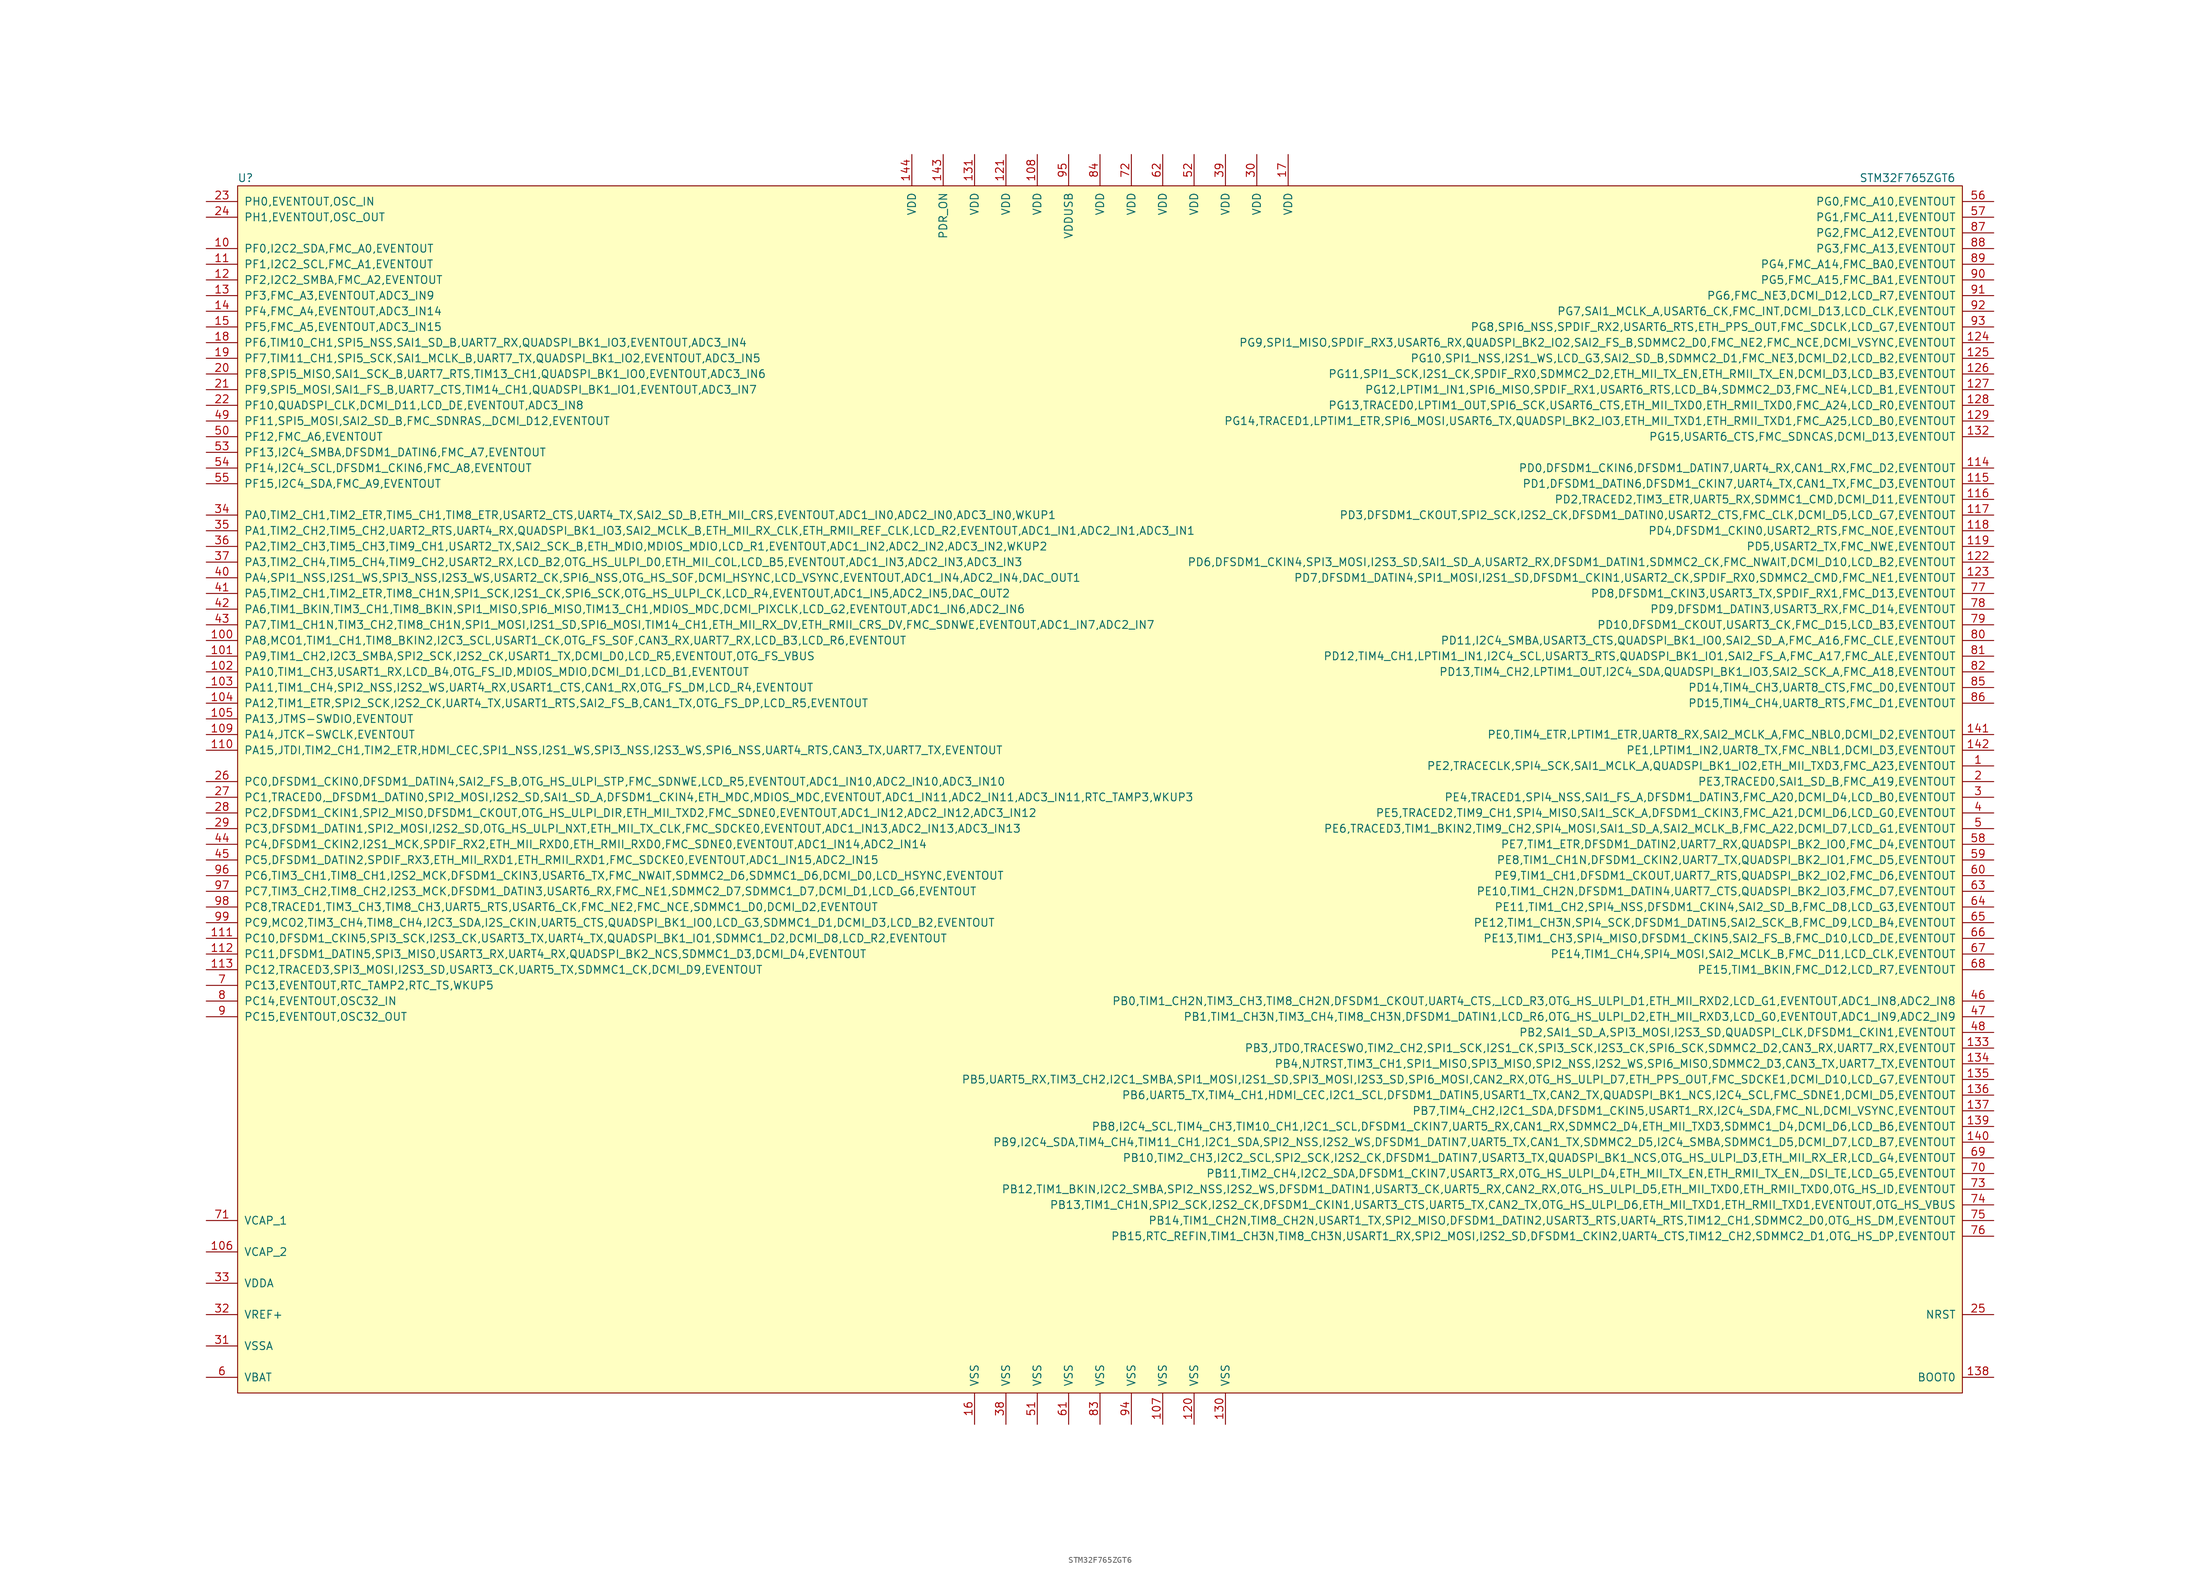
<source format=kicad_sym>
(kicad_symbol_lib
  (version 20220914)
  (generator kicad_symbol_editor)
  (symbol "STM32F765ZGT6"
    (pin_names
      (offset 1.016))
    (property "Reference" "U"
      (at -138.43 99.06 0)
      (effects (font (size 1.27 1.27))))
    (property "Value" "STM32F765ZGT6"
      (at 130.81 99.06 0)
      (effects (font (size 1.27 1.27))))
    (symbol "STM32F765ZGT6_0_0"
      (pin bidirectional line (at 144.78 3.81 180) (length 5.08) (name "PE2,TRACECLK,SPI4_SCK,SAI1_MCLK_A,QUADSPI_BK1_IO2,ETH_MII_TXD3,FMC_A23,EVENTOUT" (effects (font (size 1.27 1.27)))) (number "1" (effects (font (size 1.27 1.27)))))
      (pin bidirectional line (at -144.78 87.63 0) (length 5.08) (name "PF0,I2C2_SDA,FMC_A0,EVENTOUT" (effects (font (size 1.27 1.27)))) (number "10" (effects (font (size 1.27 1.27)))))
      (pin bidirectional line (at -144.78 24.13 0) (length 5.08) (name "PA8,MCO1,TIM1_CH1,TIM8_BKIN2,I2C3_SCL,USART1_CK,OTG_FS_SOF,CAN3_RX,UART7_RX,LCD_B3,LCD_R6,EVENTOUT" (effects (font (size 1.27 1.27)))) (number "100" (effects (font (size 1.27 1.27)))))
      (pin bidirectional line (at -144.78 21.59 0) (length 5.08) (name "PA9,TIM1_CH2,I2C3_SMBA,SPI2_SCK,I2S2_CK,USART1_TX,DCMI_D0,LCD_R5,EVENTOUT,OTG_FS_VBUS" (effects (font (size 1.27 1.27)))) (number "101" (effects (font (size 1.27 1.27)))))
      (pin bidirectional line (at -144.78 19.05 0) (length 5.08) (name "PA10,TIM1_CH3,USART1_RX,LCD_B4,OTG_FS_ID,MDIOS_MDIO,DCMI_D1,LCD_B1,EVENTOUT" (effects (font (size 1.27 1.27)))) (number "102" (effects (font (size 1.27 1.27)))))
      (pin bidirectional line (at -144.78 16.51 0) (length 5.08) (name "PA11,TIM1_CH4,SPI2_NSS,I2S2_WS,UART4_RX,USART1_CTS,CAN1_RX,OTG_FS_DM,LCD_R4,EVENTOUT" (effects (font (size 1.27 1.27)))) (number "103" (effects (font (size 1.27 1.27)))))
      (pin bidirectional line (at -144.78 13.97 0) (length 5.08) (name "PA12,TIM1_ETR,SPI2_SCK,I2S2_CK,UART4_TX,USART1_RTS,SAI2_FS_B,CAN1_TX,OTG_FS_DP,LCD_R5,EVENTOUT" (effects (font (size 1.27 1.27)))) (number "104" (effects (font (size 1.27 1.27)))))
      (pin bidirectional line (at -144.78 11.43 0) (length 5.08) (name "PA13,JTMS-SWDIO,EVENTOUT" (effects (font (size 1.27 1.27)))) (number "105" (effects (font (size 1.27 1.27)))))
      (pin passive line (at -144.78 -74.93 0) (length 5.08) (name "VCAP_2" (effects (font (size 1.27 1.27)))) (number "106" (effects (font (size 1.27 1.27)))))
      (pin passive line (at 10.16 -102.87 90) (length 5.08) (name "VSS" (effects (font (size 1.27 1.27)))) (number "107" (effects (font (size 1.27 1.27)))))
      (pin power_in line (at -10.16 102.87 270) (length 5.08) (name "VDD" (effects (font (size 1.27 1.27)))) (number "108" (effects (font (size 1.27 1.27)))))
      (pin bidirectional line (at -144.78 8.89 0) (length 5.08) (name "PA14,JTCK-SWCLK,EVENTOUT" (effects (font (size 1.27 1.27)))) (number "109" (effects (font (size 1.27 1.27)))))
      (pin bidirectional line (at -144.78 85.09 0) (length 5.08) (name "PF1,I2C2_SCL,FMC_A1,EVENTOUT" (effects (font (size 1.27 1.27)))) (number "11" (effects (font (size 1.27 1.27)))))
      (pin bidirectional line (at -144.78 6.35 0) (length 5.08) (name "PA15,JTDI,TIM2_CH1,TIM2_ETR,HDMI_CEC,SPI1_NSS,I2S1_WS,SPI3_NSS,I2S3_WS,SPI6_NSS,UART4_RTS,CAN3_TX,UART7_TX,EVENTOUT" (effects (font (size 1.27 1.27)))) (number "110" (effects (font (size 1.27 1.27)))))
      (pin bidirectional line (at -144.78 -24.13 0) (length 5.08) (name "PC10,DFSDM1_CKIN5,SPI3_SCK,I2S3_CK,USART3_TX,UART4_TX,QUADSPI_BK1_IO1,SDMMC1_D2,DCMI_D8,LCD_R2,EVENTOUT" (effects (font (size 1.27 1.27)))) (number "111" (effects (font (size 1.27 1.27)))))
      (pin bidirectional line (at -144.78 -26.67 0) (length 5.08) (name "PC11,DFSDM1_DATIN5,SPI3_MISO,USART3_RX,UART4_RX,QUADSPI_BK2_NCS,SDMMC1_D3,DCMI_D4,EVENTOUT" (effects (font (size 1.27 1.27)))) (number "112" (effects (font (size 1.27 1.27)))))
      (pin bidirectional line (at -144.78 -29.21 0) (length 5.08) (name "PC12,TRACED3,SPI3_MOSI,I2S3_SD,USART3_CK,UART5_TX,SDMMC1_CK,DCMI_D9,EVENTOUT" (effects (font (size 1.27 1.27)))) (number "113" (effects (font (size 1.27 1.27)))))
      (pin bidirectional line (at 144.78 52.07 180) (length 5.08) (name "PD0,DFSDM1_CKIN6,DFSDM1_DATIN7,UART4_RX,CAN1_RX,FMC_D2,EVENTOUT" (effects (font (size 1.27 1.27)))) (number "114" (effects (font (size 1.27 1.27)))))
      (pin bidirectional line (at 144.78 49.53 180) (length 5.08) (name "PD1,DFSDM1_DATIN6,DFSDM1_CKIN7,UART4_TX,CAN1_TX,FMC_D3,EVENTOUT" (effects (font (size 1.27 1.27)))) (number "115" (effects (font (size 1.27 1.27)))))
      (pin bidirectional line (at 144.78 46.99 180) (length 5.08) (name "PD2,TRACED2,TIM3_ETR,UART5_RX,SDMMC1_CMD,DCMI_D11,EVENTOUT" (effects (font (size 1.27 1.27)))) (number "116" (effects (font (size 1.27 1.27)))))
      (pin bidirectional line (at 144.78 44.45 180) (length 5.08) (name "PD3,DFSDM1_CKOUT,SPI2_SCK,I2S2_CK,DFSDM1_DATIN0,USART2_CTS,FMC_CLK,DCMI_D5,LCD_G7,EVENTOUT" (effects (font (size 1.27 1.27)))) (number "117" (effects (font (size 1.27 1.27)))))
      (pin bidirectional line (at 144.78 41.91 180) (length 5.08) (name "PD4,DFSDM1_CKIN0,USART2_RTS,FMC_NOE,EVENTOUT" (effects (font (size 1.27 1.27)))) (number "118" (effects (font (size 1.27 1.27)))))
      (pin bidirectional line (at 144.78 39.37 180) (length 5.08) (name "PD5,USART2_TX,FMC_NWE,EVENTOUT" (effects (font (size 1.27 1.27)))) (number "119" (effects (font (size 1.27 1.27)))))
      (pin bidirectional line (at -144.78 82.55 0) (length 5.08) (name "PF2,I2C2_SMBA,FMC_A2,EVENTOUT" (effects (font (size 1.27 1.27)))) (number "12" (effects (font (size 1.27 1.27)))))
      (pin passive line (at 15.24 -102.87 90) (length 5.08) (name "VSS" (effects (font (size 1.27 1.27)))) (number "120" (effects (font (size 1.27 1.27)))))
      (pin power_in line (at -15.24 102.87 270) (length 5.08) (name "VDD" (effects (font (size 1.27 1.27)))) (number "121" (effects (font (size 1.27 1.27)))))
      (pin bidirectional line (at 144.78 36.83 180) (length 5.08) (name "PD6,DFSDM1_CKIN4,SPI3_MOSI,I2S3_SD,SAI1_SD_A,USART2_RX,DFSDM1_DATIN1,SDMMC2_CK,FMC_NWAIT,DCMI_D10,LCD_B2,EVENTOUT" (effects (font (size 1.27 1.27)))) (number "122" (effects (font (size 1.27 1.27)))))
      (pin bidirectional line (at 144.78 34.29 180) (length 5.08) (name "PD7,DFSDM1_DATIN4,SPI1_MOSI,I2S1_SD,DFSDM1_CKIN1,USART2_CK,SPDIF_RX0,SDMMC2_CMD,FMC_NE1,EVENTOUT" (effects (font (size 1.27 1.27)))) (number "123" (effects (font (size 1.27 1.27)))))
      (pin bidirectional line (at 144.78 72.39 180) (length 5.08) (name "PG9,SPI1_MISO,SPDIF_RX3,USART6_RX,QUADSPI_BK2_IO2,SAI2_FS_B,SDMMC2_D0,FMC_NE2,FMC_NCE,DCMI_VSYNC,EVENTOUT" (effects (font (size 1.27 1.27)))) (number "124" (effects (font (size 1.27 1.27)))))
      (pin bidirectional line (at 144.78 69.85 180) (length 5.08) (name "PG10,SPI1_NSS,I2S1_WS,LCD_G3,SAI2_SD_B,SDMMC2_D1,FMC_NE3,DCMI_D2,LCD_B2,EVENTOUT" (effects (font (size 1.27 1.27)))) (number "125" (effects (font (size 1.27 1.27)))))
      (pin bidirectional line (at 144.78 67.31 180) (length 5.08) (name "PG11,SPI1_SCK,I2S1_CK,SPDIF_RX0,SDMMC2_D2,ETH_MII_TX_EN,ETH_RMII_TX_EN,DCMI_D3,LCD_B3,EVENTOUT" (effects (font (size 1.27 1.27)))) (number "126" (effects (font (size 1.27 1.27)))))
      (pin bidirectional line (at 144.78 64.77 180) (length 5.08) (name "PG12,LPTIM1_IN1,SPI6_MISO,SPDIF_RX1,USART6_RTS,LCD_B4,SDMMC2_D3,FMC_NE4,LCD_B1,EVENTOUT" (effects (font (size 1.27 1.27)))) (number "127" (effects (font (size 1.27 1.27)))))
      (pin bidirectional line (at 144.78 62.23 180) (length 5.08) (name "PG13,TRACED0,LPTIM1_OUT,SPI6_SCK,USART6_CTS,ETH_MII_TXD0,ETH_RMII_TXD0,FMC_A24,LCD_R0,EVENTOUT" (effects (font (size 1.27 1.27)))) (number "128" (effects (font (size 1.27 1.27)))))
      (pin bidirectional line (at 144.78 59.69 180) (length 5.08) (name "PG14,TRACED1,LPTIM1_ETR,SPI6_MOSI,USART6_TX,QUADSPI_BK2_IO3,ETH_MII_TXD1,ETH_RMII_TXD1,FMC_A25,LCD_B0,EVENTOUT" (effects (font (size 1.27 1.27)))) (number "129" (effects (font (size 1.27 1.27)))))
      (pin bidirectional line (at -144.78 80.01 0) (length 5.08) (name "PF3,FMC_A3,EVENTOUT,ADC3_IN9" (effects (font (size 1.27 1.27)))) (number "13" (effects (font (size 1.27 1.27)))))
      (pin passive line (at 20.32 -102.87 90) (length 5.08) (name "VSS" (effects (font (size 1.27 1.27)))) (number "130" (effects (font (size 1.27 1.27)))))
      (pin power_in line (at -20.32 102.87 270) (length 5.08) (name "VDD" (effects (font (size 1.27 1.27)))) (number "131" (effects (font (size 1.27 1.27)))))
      (pin bidirectional line (at 144.78 57.15 180) (length 5.08) (name "PG15,USART6_CTS,FMC_SDNCAS,DCMI_D13,EVENTOUT" (effects (font (size 1.27 1.27)))) (number "132" (effects (font (size 1.27 1.27)))))
      (pin bidirectional line (at 144.78 -41.91 180) (length 5.08) (name "PB3,JTDO,TRACESWO,TIM2_CH2,SPI1_SCK,I2S1_CK,SPI3_SCK,I2S3_CK,SPI6_SCK,SDMMC2_D2,CAN3_RX,UART7_RX,EVENTOUT" (effects (font (size 1.27 1.27)))) (number "133" (effects (font (size 1.27 1.27)))))
      (pin bidirectional line (at 144.78 -44.45 180) (length 5.08) (name "PB4,NJTRST,TIM3_CH1,SPI1_MISO,SPI3_MISO,SPI2_NSS,I2S2_WS,SPI6_MISO,SDMMC2_D3,CAN3_TX,UART7_TX,EVENTOUT" (effects (font (size 1.27 1.27)))) (number "134" (effects (font (size 1.27 1.27)))))
      (pin bidirectional line (at 144.78 -46.99 180) (length 5.08) (name "PB5,UART5_RX,TIM3_CH2,I2C1_SMBA,SPI1_MOSI,I2S1_SD,SPI3_MOSI,I2S3_SD,SPI6_MOSI,CAN2_RX,OTG_HS_ULPI_D7,ETH_PPS_OUT,FMC_SDCKE1,DCMI_D10,LCD_G7,EVENTOUT" (effects (font (size 1.27 1.27)))) (number "135" (effects (font (size 1.27 1.27)))))
      (pin bidirectional line (at 144.78 -49.53 180) (length 5.08) (name "PB6,UART5_TX,TIM4_CH1,HDMI_CEC,I2C1_SCL,DFSDM1_DATIN5,USART1_TX,CAN2_TX,QUADSPI_BK1_NCS,I2C4_SCL,FMC_SDNE1,DCMI_D5,EVENTOUT" (effects (font (size 1.27 1.27)))) (number "136" (effects (font (size 1.27 1.27)))))
      (pin bidirectional line (at 144.78 -52.07 180) (length 5.08) (name "PB7,TIM4_CH2,I2C1_SDA,DFSDM1_CKIN5,USART1_RX,I2C4_SDA,FMC_NL,DCMI_VSYNC,EVENTOUT" (effects (font (size 1.27 1.27)))) (number "137" (effects (font (size 1.27 1.27)))))
      (pin input line (at 144.78 -95.25 180) (length 5.08) (name "BOOT0" (effects (font (size 1.27 1.27)))) (number "138" (effects (font (size 1.27 1.27)))))
      (pin bidirectional line (at 144.78 -54.61 180) (length 5.08) (name "PB8,I2C4_SCL,TIM4_CH3,TIM10_CH1,I2C1_SCL,DFSDM1_CKIN7,UART5_RX,CAN1_RX,SDMMC2_D4,ETH_MII_TXD3,SDMMC1_D4,DCMI_D6,LCD_B6,EVENTOUT" (effects (font (size 1.27 1.27)))) (number "139" (effects (font (size 1.27 1.27)))))
      (pin bidirectional line (at -144.78 77.47 0) (length 5.08) (name "PF4,FMC_A4,EVENTOUT,ADC3_IN14" (effects (font (size 1.27 1.27)))) (number "14" (effects (font (size 1.27 1.27)))))
      (pin bidirectional line (at 144.78 -57.15 180) (length 5.08) (name "PB9,I2C4_SDA,TIM4_CH4,TIM11_CH1,I2C1_SDA,SPI2_NSS,I2S2_WS,DFSDM1_DATIN7,UART5_TX,CAN1_TX,SDMMC2_D5,I2C4_SMBA,SDMMC1_D5,DCMI_D7,LCD_B7,EVENTOUT" (effects (font (size 1.27 1.27)))) (number "140" (effects (font (size 1.27 1.27)))))
      (pin bidirectional line (at 144.78 8.89 180) (length 5.08) (name "PE0,TIM4_ETR,LPTIM1_ETR,UART8_RX,SAI2_MCLK_A,FMC_NBL0,DCMI_D2,EVENTOUT" (effects (font (size 1.27 1.27)))) (number "141" (effects (font (size 1.27 1.27)))))
      (pin bidirectional line (at 144.78 6.35 180) (length 5.08) (name "PE1,LPTIM1_IN2,UART8_TX,FMC_NBL1,DCMI_D3,EVENTOUT" (effects (font (size 1.27 1.27)))) (number "142" (effects (font (size 1.27 1.27)))))
      (pin passive line (at -25.4 102.87 270) (length 5.08) (name "PDR_ON" (effects (font (size 1.27 1.27)))) (number "143" (effects (font (size 1.27 1.27)))))
      (pin power_in line (at -30.48 102.87 270) (length 5.08) (name "VDD" (effects (font (size 1.27 1.27)))) (number "144" (effects (font (size 1.27 1.27)))))
      (pin bidirectional line (at -144.78 74.93 0) (length 5.08) (name "PF5,FMC_A5,EVENTOUT,ADC3_IN15" (effects (font (size 1.27 1.27)))) (number "15" (effects (font (size 1.27 1.27)))))
      (pin passive line (at -20.32 -102.87 90) (length 5.08) (name "VSS" (effects (font (size 1.27 1.27)))) (number "16" (effects (font (size 1.27 1.27)))))
      (pin power_in line (at 30.48 102.87 270) (length 5.08) (name "VDD" (effects (font (size 1.27 1.27)))) (number "17" (effects (font (size 1.27 1.27)))))
      (pin bidirectional line (at -144.78 72.39 0) (length 5.08) (name "PF6,TIM10_CH1,SPI5_NSS,SAI1_SD_B,UART7_RX,QUADSPI_BK1_IO3,EVENTOUT,ADC3_IN4" (effects (font (size 1.27 1.27)))) (number "18" (effects (font (size 1.27 1.27)))))
      (pin bidirectional line (at -144.78 69.85 0) (length 5.08) (name "PF7,TIM11_CH1,SPI5_SCK,SAI1_MCLK_B,UART7_TX,QUADSPI_BK1_IO2,EVENTOUT,ADC3_IN5" (effects (font (size 1.27 1.27)))) (number "19" (effects (font (size 1.27 1.27)))))
      (pin bidirectional line (at 144.78 1.27 180) (length 5.08) (name "PE3,TRACED0,SAI1_SD_B,FMC_A19,EVENTOUT" (effects (font (size 1.27 1.27)))) (number "2" (effects (font (size 1.27 1.27)))))
      (pin bidirectional line (at -144.78 67.31 0) (length 5.08) (name "PF8,SPI5_MISO,SAI1_SCK_B,UART7_RTS,TIM13_CH1,QUADSPI_BK1_IO0,EVENTOUT,ADC3_IN6" (effects (font (size 1.27 1.27)))) (number "20" (effects (font (size 1.27 1.27)))))
      (pin bidirectional line (at -144.78 64.77 0) (length 5.08) (name "PF9,SPI5_MOSI,SAI1_FS_B,UART7_CTS,TIM14_CH1,QUADSPI_BK1_IO1,EVENTOUT,ADC3_IN7" (effects (font (size 1.27 1.27)))) (number "21" (effects (font (size 1.27 1.27)))))
      (pin bidirectional line (at -144.78 62.23 0) (length 5.08) (name "PF10,QUADSPI_CLK,DCMI_D11,LCD_DE,EVENTOUT,ADC3_IN8" (effects (font (size 1.27 1.27)))) (number "22" (effects (font (size 1.27 1.27)))))
      (pin bidirectional line (at -144.78 95.25 0) (length 5.08) (name "PH0,EVENTOUT,OSC_IN" (effects (font (size 1.27 1.27)))) (number "23" (effects (font (size 1.27 1.27)))))
      (pin bidirectional line (at -144.78 92.71 0) (length 5.08) (name "PH1,EVENTOUT,OSC_OUT" (effects (font (size 1.27 1.27)))) (number "24" (effects (font (size 1.27 1.27)))))
      (pin input line (at 144.78 -85.09 180) (length 5.08) (name "NRST" (effects (font (size 1.27 1.27)))) (number "25" (effects (font (size 1.27 1.27)))))
      (pin bidirectional line (at -144.78 1.27 0) (length 5.08) (name "PC0,DFSDM1_CKIN0,DFSDM1_DATIN4,SAI2_FS_B,OTG_HS_ULPI_STP,FMC_SDNWE,LCD_R5,EVENTOUT,ADC1_IN10,ADC2_IN10,ADC3_IN10" (effects (font (size 1.27 1.27)))) (number "26" (effects (font (size 1.27 1.27)))))
      (pin bidirectional line (at -144.78 -1.27 0) (length 5.08) (name "PC1,TRACED0,_DFSDM1_DATIN0,SPI2_MOSI,I2S2_SD,SAI1_SD_A,DFSDM1_CKIN4,ETH_MDC,MDIOS_MDC,EVENTOUT,ADC1_IN11,ADC2_IN11,ADC3_IN11,RTC_TAMP3,WKUP3" (effects (font (size 1.27 1.27)))) (number "27" (effects (font (size 1.27 1.27)))))
      (pin bidirectional line (at -144.78 -3.81 0) (length 5.08) (name "PC2,DFSDM1_CKIN1,SPI2_MISO,DFSDM1_CKOUT,OTG_HS_ULPI_DIR,ETH_MII_TXD2,FMC_SDNE0,EVENTOUT,ADC1_IN12,ADC2_IN12,ADC3_IN12" (effects (font (size 1.27 1.27)))) (number "28" (effects (font (size 1.27 1.27)))))
      (pin bidirectional line (at -144.78 -6.35 0) (length 5.08) (name "PC3,DFSDM1_DATIN1,SPI2_MOSI,I2S2_SD,OTG_HS_ULPI_NXT,ETH_MII_TX_CLK,FMC_SDCKE0,EVENTOUT,ADC1_IN13,ADC2_IN13,ADC3_IN13" (effects (font (size 1.27 1.27)))) (number "29" (effects (font (size 1.27 1.27)))))
      (pin bidirectional line (at 144.78 -1.27 180) (length 5.08) (name "PE4,TRACED1,SPI4_NSS,SAI1_FS_A,DFSDM1_DATIN3,FMC_A20,DCMI_D4,LCD_B0,EVENTOUT" (effects (font (size 1.27 1.27)))) (number "3" (effects (font (size 1.27 1.27)))))
      (pin power_in line (at 25.4 102.87 270) (length 5.08) (name "VDD" (effects (font (size 1.27 1.27)))) (number "30" (effects (font (size 1.27 1.27)))))
      (pin passive line (at -144.78 -90.17 0) (length 5.08) (name "VSSA" (effects (font (size 1.27 1.27)))) (number "31" (effects (font (size 1.27 1.27)))))
      (pin passive line (at -144.78 -85.09 0) (length 5.08) (name "VREF+" (effects (font (size 1.27 1.27)))) (number "32" (effects (font (size 1.27 1.27)))))
      (pin passive line (at -144.78 -80.01 0) (length 5.08) (name "VDDA" (effects (font (size 1.27 1.27)))) (number "33" (effects (font (size 1.27 1.27)))))
      (pin bidirectional line (at -144.78 44.45 0) (length 5.08) (name "PA0,TIM2_CH1,TIM2_ETR,TIM5_CH1,TIM8_ETR,USART2_CTS,UART4_TX,SAI2_SD_B,ETH_MII_CRS,EVENTOUT,ADC1_IN0,ADC2_IN0,ADC3_IN0,WKUP1" (effects (font (size 1.27 1.27)))) (number "34" (effects (font (size 1.27 1.27)))))
      (pin bidirectional line (at -144.78 41.91 0) (length 5.08) (name "PA1,TIM2_CH2,TIM5_CH2,UART2_RTS,UART4_RX,QUADSPI_BK1_IO3,SAI2_MCLK_B,ETH_MII_RX_CLK,ETH_RMII_REF_CLK,LCD_R2,EVENTOUT,ADC1_IN1,ADC2_IN1,ADC3_IN1" (effects (font (size 1.27 1.27)))) (number "35" (effects (font (size 1.27 1.27)))))
      (pin bidirectional line (at -144.78 39.37 0) (length 5.08) (name "PA2,TIM2_CH3,TIM5_CH3,TIM9_CH1,USART2_TX,SAI2_SCK_B,ETH_MDIO,MDIOS_MDIO,LCD_R1,EVENTOUT,ADC1_IN2,ADC2_IN2,ADC3_IN2,WKUP2" (effects (font (size 1.27 1.27)))) (number "36" (effects (font (size 1.27 1.27)))))
      (pin bidirectional line (at -144.78 36.83 0) (length 5.08) (name "PA3,TIM2_CH4,TIM5_CH4,TIM9_CH2,USART2_RX,LCD_B2,OTG_HS_ULPI_D0,ETH_MII_COL,LCD_B5,EVENTOUT,ADC1_IN3,ADC2_IN3,ADC3_IN3" (effects (font (size 1.27 1.27)))) (number "37" (effects (font (size 1.27 1.27)))))
      (pin passive line (at -15.24 -102.87 90) (length 5.08) (name "VSS" (effects (font (size 1.27 1.27)))) (number "38" (effects (font (size 1.27 1.27)))))
      (pin power_in line (at 20.32 102.87 270) (length 5.08) (name "VDD" (effects (font (size 1.27 1.27)))) (number "39" (effects (font (size 1.27 1.27)))))
      (pin bidirectional line (at 144.78 -3.81 180) (length 5.08) (name "PE5,TRACED2,TIM9_CH1,SPI4_MISO,SAI1_SCK_A,DFSDM1_CKIN3,FMC_A21,DCMI_D6,LCD_G0,EVENTOUT" (effects (font (size 1.27 1.27)))) (number "4" (effects (font (size 1.27 1.27)))))
      (pin bidirectional line (at -144.78 34.29 0) (length 5.08) (name "PA4,SPI1_NSS,I2S1_WS,SPI3_NSS,I2S3_WS,USART2_CK,SPI6_NSS,OTG_HS_SOF,DCMI_HSYNC,LCD_VSYNC,EVENTOUT,ADC1_IN4,ADC2_IN4,DAC_OUT1" (effects (font (size 1.27 1.27)))) (number "40" (effects (font (size 1.27 1.27)))))
      (pin bidirectional line (at -144.78 31.75 0) (length 5.08) (name "PA5,TIM2_CH1,TIM2_ETR,TIM8_CH1N,SPI1_SCK,I2S1_CK,SPI6_SCK,OTG_HS_ULPI_CK,LCD_R4,EVENTOUT,ADC1_IN5,ADC2_IN5,DAC_OUT2" (effects (font (size 1.27 1.27)))) (number "41" (effects (font (size 1.27 1.27)))))
      (pin bidirectional line (at -144.78 29.21 0) (length 5.08) (name "PA6,TIM1_BKIN,TIM3_CH1,TIM8_BKIN,SPI1_MISO,SPI6_MISO,TIM13_CH1,MDIOS_MDC,DCMI_PIXCLK,LCD_G2,EVENTOUT,ADC1_IN6,ADC2_IN6" (effects (font (size 1.27 1.27)))) (number "42" (effects (font (size 1.27 1.27)))))
      (pin bidirectional line (at -144.78 26.67 0) (length 5.08) (name "PA7,TIM1_CH1N,TIM3_CH2,TIM8_CH1N,SPI1_MOSI,I2S1_SD,SPI6_MOSI,TIM14_CH1,ETH_MII_RX_DV,ETH_RMII_CRS_DV,FMC_SDNWE,EVENTOUT,ADC1_IN7,ADC2_IN7" (effects (font (size 1.27 1.27)))) (number "43" (effects (font (size 1.27 1.27)))))
      (pin bidirectional line (at -144.78 -8.89 0) (length 5.08) (name "PC4,DFSDM1_CKIN2,I2S1_MCK,SPDIF_RX2,ETH_MII_RXD0,ETH_RMII_RXD0,FMC_SDNE0,EVENTOUT,ADC1_IN14,ADC2_IN14" (effects (font (size 1.27 1.27)))) (number "44" (effects (font (size 1.27 1.27)))))
      (pin bidirectional line (at -144.78 -11.43 0) (length 5.08) (name "PC5,DFSDM1_DATIN2,SPDIF_RX3,ETH_MII_RXD1,ETH_RMII_RXD1,FMC_SDCKE0,EVENTOUT,ADC1_IN15,ADC2_IN15" (effects (font (size 1.27 1.27)))) (number "45" (effects (font (size 1.27 1.27)))))
      (pin bidirectional line (at 144.78 -34.29 180) (length 5.08) (name "PB0,TIM1_CH2N,TIM3_CH3,TIM8_CH2N,DFSDM1_CKOUT,UART4_CTS,_LCD_R3,OTG_HS_ULPI_D1,ETH_MII_RXD2,LCD_G1,EVENTOUT,ADC1_IN8,ADC2_IN8" (effects (font (size 1.27 1.27)))) (number "46" (effects (font (size 1.27 1.27)))))
      (pin bidirectional line (at 144.78 -36.83 180) (length 5.08) (name "PB1,TIM1_CH3N,TIM3_CH4,TIM8_CH3N,DFSDM1_DATIN1,LCD_R6,OTG_HS_ULPI_D2,ETH_MII_RXD3,LCD_G0,EVENTOUT,ADC1_IN9,ADC2_IN9" (effects (font (size 1.27 1.27)))) (number "47" (effects (font (size 1.27 1.27)))))
      (pin bidirectional line (at 144.78 -39.37 180) (length 5.08) (name "PB2,SAI1_SD_A,SPI3_MOSI,I2S3_SD,QUADSPI_CLK,DFSDM1_CKIN1,EVENTOUT" (effects (font (size 1.27 1.27)))) (number "48" (effects (font (size 1.27 1.27)))))
      (pin bidirectional line (at -144.78 59.69 0) (length 5.08) (name "PF11,SPI5_MOSI,SAI2_SD_B,FMC_SDNRAS,_DCMI_D12,EVENTOUT" (effects (font (size 1.27 1.27)))) (number "49" (effects (font (size 1.27 1.27)))))
      (pin bidirectional line (at 144.78 -6.35 180) (length 5.08) (name "PE6,TRACED3,TIM1_BKIN2,TIM9_CH2,SPI4_MOSI,SAI1_SD_A,SAI2_MCLK_B,FMC_A22,DCMI_D7,LCD_G1,EVENTOUT" (effects (font (size 1.27 1.27)))) (number "5" (effects (font (size 1.27 1.27)))))
      (pin bidirectional line (at -144.78 57.15 0) (length 5.08) (name "PF12,FMC_A6,EVENTOUT" (effects (font (size 1.27 1.27)))) (number "50" (effects (font (size 1.27 1.27)))))
      (pin passive line (at -10.16 -102.87 90) (length 5.08) (name "VSS" (effects (font (size 1.27 1.27)))) (number "51" (effects (font (size 1.27 1.27)))))
      (pin power_in line (at 15.24 102.87 270) (length 5.08) (name "VDD" (effects (font (size 1.27 1.27)))) (number "52" (effects (font (size 1.27 1.27)))))
      (pin bidirectional line (at -144.78 54.61 0) (length 5.08) (name "PF13,I2C4_SMBA,DFSDM1_DATIN6,FMC_A7,EVENTOUT" (effects (font (size 1.27 1.27)))) (number "53" (effects (font (size 1.27 1.27)))))
      (pin bidirectional line (at -144.78 52.07 0) (length 5.08) (name "PF14,I2C4_SCL,DFSDM1_CKIN6,FMC_A8,EVENTOUT" (effects (font (size 1.27 1.27)))) (number "54" (effects (font (size 1.27 1.27)))))
      (pin bidirectional line (at -144.78 49.53 0) (length 5.08) (name "PF15,I2C4_SDA,FMC_A9,EVENTOUT" (effects (font (size 1.27 1.27)))) (number "55" (effects (font (size 1.27 1.27)))))
      (pin bidirectional line (at 144.78 95.25 180) (length 5.08) (name "PG0,FMC_A10,EVENTOUT" (effects (font (size 1.27 1.27)))) (number "56" (effects (font (size 1.27 1.27)))))
      (pin bidirectional line (at 144.78 92.71 180) (length 5.08) (name "PG1,FMC_A11,EVENTOUT" (effects (font (size 1.27 1.27)))) (number "57" (effects (font (size 1.27 1.27)))))
      (pin bidirectional line (at 144.78 -8.89 180) (length 5.08) (name "PE7,TIM1_ETR,DFSDM1_DATIN2,UART7_RX,QUADSPI_BK2_IO0,FMC_D4,EVENTOUT" (effects (font (size 1.27 1.27)))) (number "58" (effects (font (size 1.27 1.27)))))
      (pin bidirectional line (at 144.78 -11.43 180) (length 5.08) (name "PE8,TIM1_CH1N,DFSDM1_CKIN2,UART7_TX,QUADSPI_BK2_IO1,FMC_D5,EVENTOUT" (effects (font (size 1.27 1.27)))) (number "59" (effects (font (size 1.27 1.27)))))
      (pin passive line (at -144.78 -95.25 0) (length 5.08) (name "VBAT" (effects (font (size 1.27 1.27)))) (number "6" (effects (font (size 1.27 1.27)))))
      (pin bidirectional line (at 144.78 -13.97 180) (length 5.08) (name "PE9,TIM1_CH1,DFSDM1_CKOUT,UART7_RTS,QUADSPI_BK2_IO2,FMC_D6,EVENTOUT" (effects (font (size 1.27 1.27)))) (number "60" (effects (font (size 1.27 1.27)))))
      (pin passive line (at -5.08 -102.87 90) (length 5.08) (name "VSS" (effects (font (size 1.27 1.27)))) (number "61" (effects (font (size 1.27 1.27)))))
      (pin power_in line (at 10.16 102.87 270) (length 5.08) (name "VDD" (effects (font (size 1.27 1.27)))) (number "62" (effects (font (size 1.27 1.27)))))
      (pin bidirectional line (at 144.78 -16.51 180) (length 5.08) (name "PE10,TIM1_CH2N,DFSDM1_DATIN4,UART7_CTS,QUADSPI_BK2_IO3,FMC_D7,EVENTOUT" (effects (font (size 1.27 1.27)))) (number "63" (effects (font (size 1.27 1.27)))))
      (pin bidirectional line (at 144.78 -19.05 180) (length 5.08) (name "PE11,TIM1_CH2,SPI4_NSS,DFSDM1_CKIN4,SAI2_SD_B,FMC_D8,LCD_G3,EVENTOUT" (effects (font (size 1.27 1.27)))) (number "64" (effects (font (size 1.27 1.27)))))
      (pin bidirectional line (at 144.78 -21.59 180) (length 5.08) (name "PE12,TIM1_CH3N,SPI4_SCK,DFSDM1_DATIN5,SAI2_SCK_B,FMC_D9,LCD_B4,EVENTOUT" (effects (font (size 1.27 1.27)))) (number "65" (effects (font (size 1.27 1.27)))))
      (pin bidirectional line (at 144.78 -24.13 180) (length 5.08) (name "PE13,TIM1_CH3,SPI4_MISO,DFSDM1_CKIN5,SAI2_FS_B,FMC_D10,LCD_DE,EVENTOUT" (effects (font (size 1.27 1.27)))) (number "66" (effects (font (size 1.27 1.27)))))
      (pin bidirectional line (at 144.78 -26.67 180) (length 5.08) (name "PE14,TIM1_CH4,SPI4_MOSI,SAI2_MCLK_B,FMC_D11,LCD_CLK,EVENTOUT" (effects (font (size 1.27 1.27)))) (number "67" (effects (font (size 1.27 1.27)))))
      (pin bidirectional line (at 144.78 -29.21 180) (length 5.08) (name "PE15,TIM1_BKIN,FMC_D12,LCD_R7,EVENTOUT" (effects (font (size 1.27 1.27)))) (number "68" (effects (font (size 1.27 1.27)))))
      (pin bidirectional line (at 144.78 -59.69 180) (length 5.08) (name "PB10,TIM2_CH3,I2C2_SCL,SPI2_SCK,I2S2_CK,DFSDM1_DATIN7,USART3_TX,QUADSPI_BK1_NCS,OTG_HS_ULPI_D3,ETH_MII_RX_ER,LCD_G4,EVENTOUT" (effects (font (size 1.27 1.27)))) (number "69" (effects (font (size 1.27 1.27)))))
      (pin bidirectional line (at -144.78 -31.75 0) (length 5.08) (name "PC13,EVENTOUT,RTC_TAMP2,RTC_TS,WKUP5" (effects (font (size 1.27 1.27)))) (number "7" (effects (font (size 1.27 1.27)))))
      (pin bidirectional line (at 144.78 -62.23 180) (length 5.08) (name "PB11,TIM2_CH4,I2C2_SDA,DFSDM1_CKIN7,USART3_RX,OTG_HS_ULPI_D4,ETH_MII_TX_EN,ETH_RMII_TX_EN,_DSI_TE,LCD_G5,EVENTOUT" (effects (font (size 1.27 1.27)))) (number "70" (effects (font (size 1.27 1.27)))))
      (pin passive line (at -144.78 -69.85 0) (length 5.08) (name "VCAP_1" (effects (font (size 1.27 1.27)))) (number "71" (effects (font (size 1.27 1.27)))))
      (pin power_in line (at 5.08 102.87 270) (length 5.08) (name "VDD" (effects (font (size 1.27 1.27)))) (number "72" (effects (font (size 1.27 1.27)))))
      (pin bidirectional line (at 144.78 -64.77 180) (length 5.08) (name "PB12,TIM1_BKIN,I2C2_SMBA,SPI2_NSS,I2S2_WS,DFSDM1_DATIN1,USART3_CK,UART5_RX,CAN2_RX,OTG_HS_ULPI_D5,ETH_MII_TXD0,ETH_RMII_TXD0,OTG_HS_ID,EVENTOUT" (effects (font (size 1.27 1.27)))) (number "73" (effects (font (size 1.27 1.27)))))
      (pin bidirectional line (at 144.78 -67.31 180) (length 5.08) (name "PB13,TIM1_CH1N,SPI2_SCK,I2S2_CK,DFSDM1_CKIN1,USART3_CTS,UART5_TX,CAN2_TX,OTG_HS_ULPI_D6,ETH_MII_TXD1,ETH_RMII_TXD1,EVENTOUT,OTG_HS_VBUS" (effects (font (size 1.27 1.27)))) (number "74" (effects (font (size 1.27 1.27)))))
      (pin bidirectional line (at 144.78 -69.85 180) (length 5.08) (name "PB14,TIM1_CH2N,TIM8_CH2N,USART1_TX,SPI2_MISO,DFSDM1_DATIN2,USART3_RTS,UART4_RTS,TIM12_CH1,SDMMC2_D0,OTG_HS_DM,EVENTOUT" (effects (font (size 1.27 1.27)))) (number "75" (effects (font (size 1.27 1.27)))))
      (pin bidirectional line (at 144.78 -72.39 180) (length 5.08) (name "PB15,RTC_REFIN,TIM1_CH3N,TIM8_CH3N,USART1_RX,SPI2_MOSI,I2S2_SD,DFSDM1_CKIN2,UART4_CTS,TIM12_CH2,SDMMC2_D1,OTG_HS_DP,EVENTOUT" (effects (font (size 1.27 1.27)))) (number "76" (effects (font (size 1.27 1.27)))))
      (pin bidirectional line (at 144.78 31.75 180) (length 5.08) (name "PD8,DFSDM1_CKIN3,USART3_TX,SPDIF_RX1,FMC_D13,EVENTOUT" (effects (font (size 1.27 1.27)))) (number "77" (effects (font (size 1.27 1.27)))))
      (pin bidirectional line (at 144.78 29.21 180) (length 5.08) (name "PD9,DFSDM1_DATIN3,USART3_RX,FMC_D14,EVENTOUT" (effects (font (size 1.27 1.27)))) (number "78" (effects (font (size 1.27 1.27)))))
      (pin bidirectional line (at 144.78 26.67 180) (length 5.08) (name "PD10,DFSDM1_CKOUT,USART3_CK,FMC_D15,LCD_B3,EVENTOUT" (effects (font (size 1.27 1.27)))) (number "79" (effects (font (size 1.27 1.27)))))
      (pin bidirectional line (at -144.78 -34.29 0) (length 5.08) (name "PC14,EVENTOUT,OSC32_IN" (effects (font (size 1.27 1.27)))) (number "8" (effects (font (size 1.27 1.27)))))
      (pin bidirectional line (at 144.78 24.13 180) (length 5.08) (name "PD11,I2C4_SMBA,USART3_CTS,QUADSPI_BK1_IO0,SAI2_SD_A,FMC_A16,FMC_CLE,EVENTOUT" (effects (font (size 1.27 1.27)))) (number "80" (effects (font (size 1.27 1.27)))))
      (pin bidirectional line (at 144.78 21.59 180) (length 5.08) (name "PD12,TIM4_CH1,LPTIM1_IN1,I2C4_SCL,USART3_RTS,QUADSPI_BK1_IO1,SAI2_FS_A,FMC_A17,FMC_ALE,EVENTOUT" (effects (font (size 1.27 1.27)))) (number "81" (effects (font (size 1.27 1.27)))))
      (pin bidirectional line (at 144.78 19.05 180) (length 5.08) (name "PD13,TIM4_CH2,LPTIM1_OUT,I2C4_SDA,QUADSPI_BK1_IO3,SAI2_SCK_A,FMC_A18,EVENTOUT" (effects (font (size 1.27 1.27)))) (number "82" (effects (font (size 1.27 1.27)))))
      (pin passive line (at 0 -102.87 90) (length 5.08) (name "VSS" (effects (font (size 1.27 1.27)))) (number "83" (effects (font (size 1.27 1.27)))))
      (pin power_in line (at 0 102.87 270) (length 5.08) (name "VDD" (effects (font (size 1.27 1.27)))) (number "84" (effects (font (size 1.27 1.27)))))
      (pin bidirectional line (at 144.78 16.51 180) (length 5.08) (name "PD14,TIM4_CH3,UART8_CTS,FMC_D0,EVENTOUT" (effects (font (size 1.27 1.27)))) (number "85" (effects (font (size 1.27 1.27)))))
      (pin bidirectional line (at 144.78 13.97 180) (length 5.08) (name "PD15,TIM4_CH4,UART8_RTS,FMC_D1,EVENTOUT" (effects (font (size 1.27 1.27)))) (number "86" (effects (font (size 1.27 1.27)))))
      (pin bidirectional line (at 144.78 90.17 180) (length 5.08) (name "PG2,FMC_A12,EVENTOUT" (effects (font (size 1.27 1.27)))) (number "87" (effects (font (size 1.27 1.27)))))
      (pin bidirectional line (at 144.78 87.63 180) (length 5.08) (name "PG3,FMC_A13,EVENTOUT" (effects (font (size 1.27 1.27)))) (number "88" (effects (font (size 1.27 1.27)))))
      (pin bidirectional line (at 144.78 85.09 180) (length 5.08) (name "PG4,FMC_A14,FMC_BA0,EVENTOUT" (effects (font (size 1.27 1.27)))) (number "89" (effects (font (size 1.27 1.27)))))
      (pin bidirectional line (at -144.78 -36.83 0) (length 5.08) (name "PC15,EVENTOUT,OSC32_OUT" (effects (font (size 1.27 1.27)))) (number "9" (effects (font (size 1.27 1.27)))))
      (pin bidirectional line (at 144.78 82.55 180) (length 5.08) (name "PG5,FMC_A15,FMC_BA1,EVENTOUT" (effects (font (size 1.27 1.27)))) (number "90" (effects (font (size 1.27 1.27)))))
      (pin bidirectional line (at 144.78 80.01 180) (length 5.08) (name "PG6,FMC_NE3,DCMI_D12,LCD_R7,EVENTOUT" (effects (font (size 1.27 1.27)))) (number "91" (effects (font (size 1.27 1.27)))))
      (pin bidirectional line (at 144.78 77.47 180) (length 5.08) (name "PG7,SAI1_MCLK_A,USART6_CK,FMC_INT,DCMI_D13,LCD_CLK,EVENTOUT" (effects (font (size 1.27 1.27)))) (number "92" (effects (font (size 1.27 1.27)))))
      (pin bidirectional line (at 144.78 74.93 180) (length 5.08) (name "PG8,SPI6_NSS,SPDIF_RX2,USART6_RTS,ETH_PPS_OUT,FMC_SDCLK,LCD_G7,EVENTOUT" (effects (font (size 1.27 1.27)))) (number "93" (effects (font (size 1.27 1.27)))))
      (pin passive line (at 5.08 -102.87 90) (length 5.08) (name "VSS" (effects (font (size 1.27 1.27)))) (number "94" (effects (font (size 1.27 1.27)))))
      (pin power_in line (at -5.08 102.87 270) (length 5.08) (name "VDDUSB" (effects (font (size 1.27 1.27)))) (number "95" (effects (font (size 1.27 1.27)))))
      (pin bidirectional line (at -144.78 -13.97 0) (length 5.08) (name "PC6,TIM3_CH1,TIM8_CH1,I2S2_MCK,DFSDM1_CKIN3,USART6_TX,FMC_NWAIT,SDMMC2_D6,SDMMC1_D6,DCMI_D0,LCD_HSYNC,EVENTOUT" (effects (font (size 1.27 1.27)))) (number "96" (effects (font (size 1.27 1.27)))))
      (pin bidirectional line (at -144.78 -16.51 0) (length 5.08) (name "PC7,TIM3_CH2,TIM8_CH2,I2S3_MCK,DFSDM1_DATIN3,USART6_RX,FMC_NE1,SDMMC2_D7,SDMMC1_D7,DCMI_D1,LCD_G6,EVENTOUT" (effects (font (size 1.27 1.27)))) (number "97" (effects (font (size 1.27 1.27)))))
      (pin bidirectional line (at -144.78 -19.05 0) (length 5.08) (name "PC8,TRACED1,TIM3_CH3,TIM8_CH3,UART5_RTS,USART6_CK,FMC_NE2,FMC_NCE,SDMMC1_D0,DCMI_D2,EVENTOUT" (effects (font (size 1.27 1.27)))) (number "98" (effects (font (size 1.27 1.27)))))
      (pin bidirectional line (at -144.78 -21.59 0) (length 5.08) (name "PC9,MCO2,TIM3_CH4,TIM8_CH4,I2C3_SDA,I2S_CKIN,UART5_CTS,QUADSPI_BK1_IO0,LCD_G3,SDMMC1_D1,DCMI_D3,LCD_B2,EVENTOUT" (effects (font (size 1.27 1.27)))) (number "99" (effects (font (size 1.27 1.27))))))
    (symbol "STM32F765ZGT6_0_1"
      (rectangle (start -139.7 97.79) (end 139.7 -97.79) (stroke (width 0) (type default)) (fill (type background))))))
</source>
